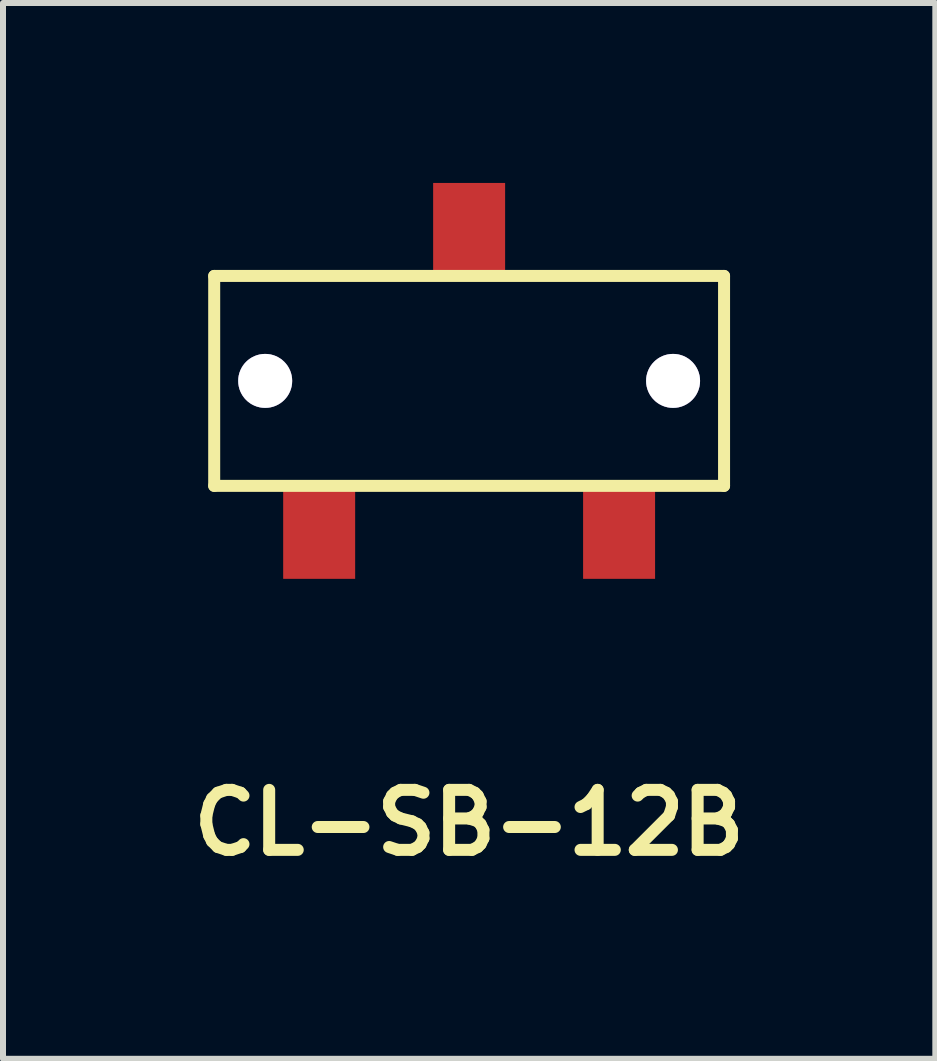
<source format=kicad_pcb>
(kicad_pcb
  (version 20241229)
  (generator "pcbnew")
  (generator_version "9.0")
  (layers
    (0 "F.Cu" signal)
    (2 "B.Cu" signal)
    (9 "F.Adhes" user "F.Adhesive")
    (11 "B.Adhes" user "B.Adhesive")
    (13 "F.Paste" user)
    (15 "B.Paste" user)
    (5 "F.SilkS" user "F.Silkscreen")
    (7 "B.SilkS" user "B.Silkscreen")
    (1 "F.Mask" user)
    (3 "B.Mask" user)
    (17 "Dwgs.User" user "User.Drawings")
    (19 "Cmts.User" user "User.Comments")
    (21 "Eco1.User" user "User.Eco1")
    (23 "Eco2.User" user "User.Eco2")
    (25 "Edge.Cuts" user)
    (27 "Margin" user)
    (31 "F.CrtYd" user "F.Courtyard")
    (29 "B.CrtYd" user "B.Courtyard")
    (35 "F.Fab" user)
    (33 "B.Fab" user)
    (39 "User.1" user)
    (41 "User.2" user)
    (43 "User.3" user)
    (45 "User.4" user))
  (footprint "CL-SB-12B"
    (layer "F.Cu")
    (at 4.771 3.3)
    (property "Reference" "CL-SB-12B" (at 0 7.366 0) (layer "F.SilkS") (effects (font (size 1 1) (thickness 0.2))))
    (attr through_hole)
    (fp_line (start -4.25 -1.75) (end 4.25 -1.75) (stroke (width 0.2) (type solid)) (layer "F.SilkS"))
    (fp_line (start -4.25 1.75) (end -4.25 -1.75) (stroke (width 0.2) (type solid)) (layer "F.SilkS"))
    (fp_line (start 4.25 -1.75) (end 4.25 1.75) (stroke (width 0.2) (type solid)) (layer "F.SilkS"))
    (fp_line (start 4.25 1.75) (end -4.25 1.75) (stroke (width 0.2) (type solid)) (layer "F.SilkS"))
    (pad "" thru_hole circle (at -3.4 0) (size 0.9 0.9) (drill 0.9) (layers "*.Cu" "*.Mask"))
    (pad "" thru_hole circle (at 3.4 0) (size 0.9 0.9) (drill 0.9) (layers "*.Cu" "*.Mask"))
    (pad "1" smd rect (at 0 -2.5) (size 1.2 1.6) (layers "F.Cu" "F.Mask" "F.Paste"))
    (pad "2" smd rect (at -2.5 2.5) (size 1.2 1.6) (layers "F.Cu" "F.Mask" "F.Paste"))
    (pad "3" smd rect (at 2.5 2.5) (size 1.2 1.6) (layers "F.Cu" "F.Mask" "F.Paste")))
  (gr_rect
    (start -3 -3)
    (end 12.543 14.602)
    (stroke (width 0.1) (type default))
    (fill no)
    (layer "Edge.Cuts")))
</source>
